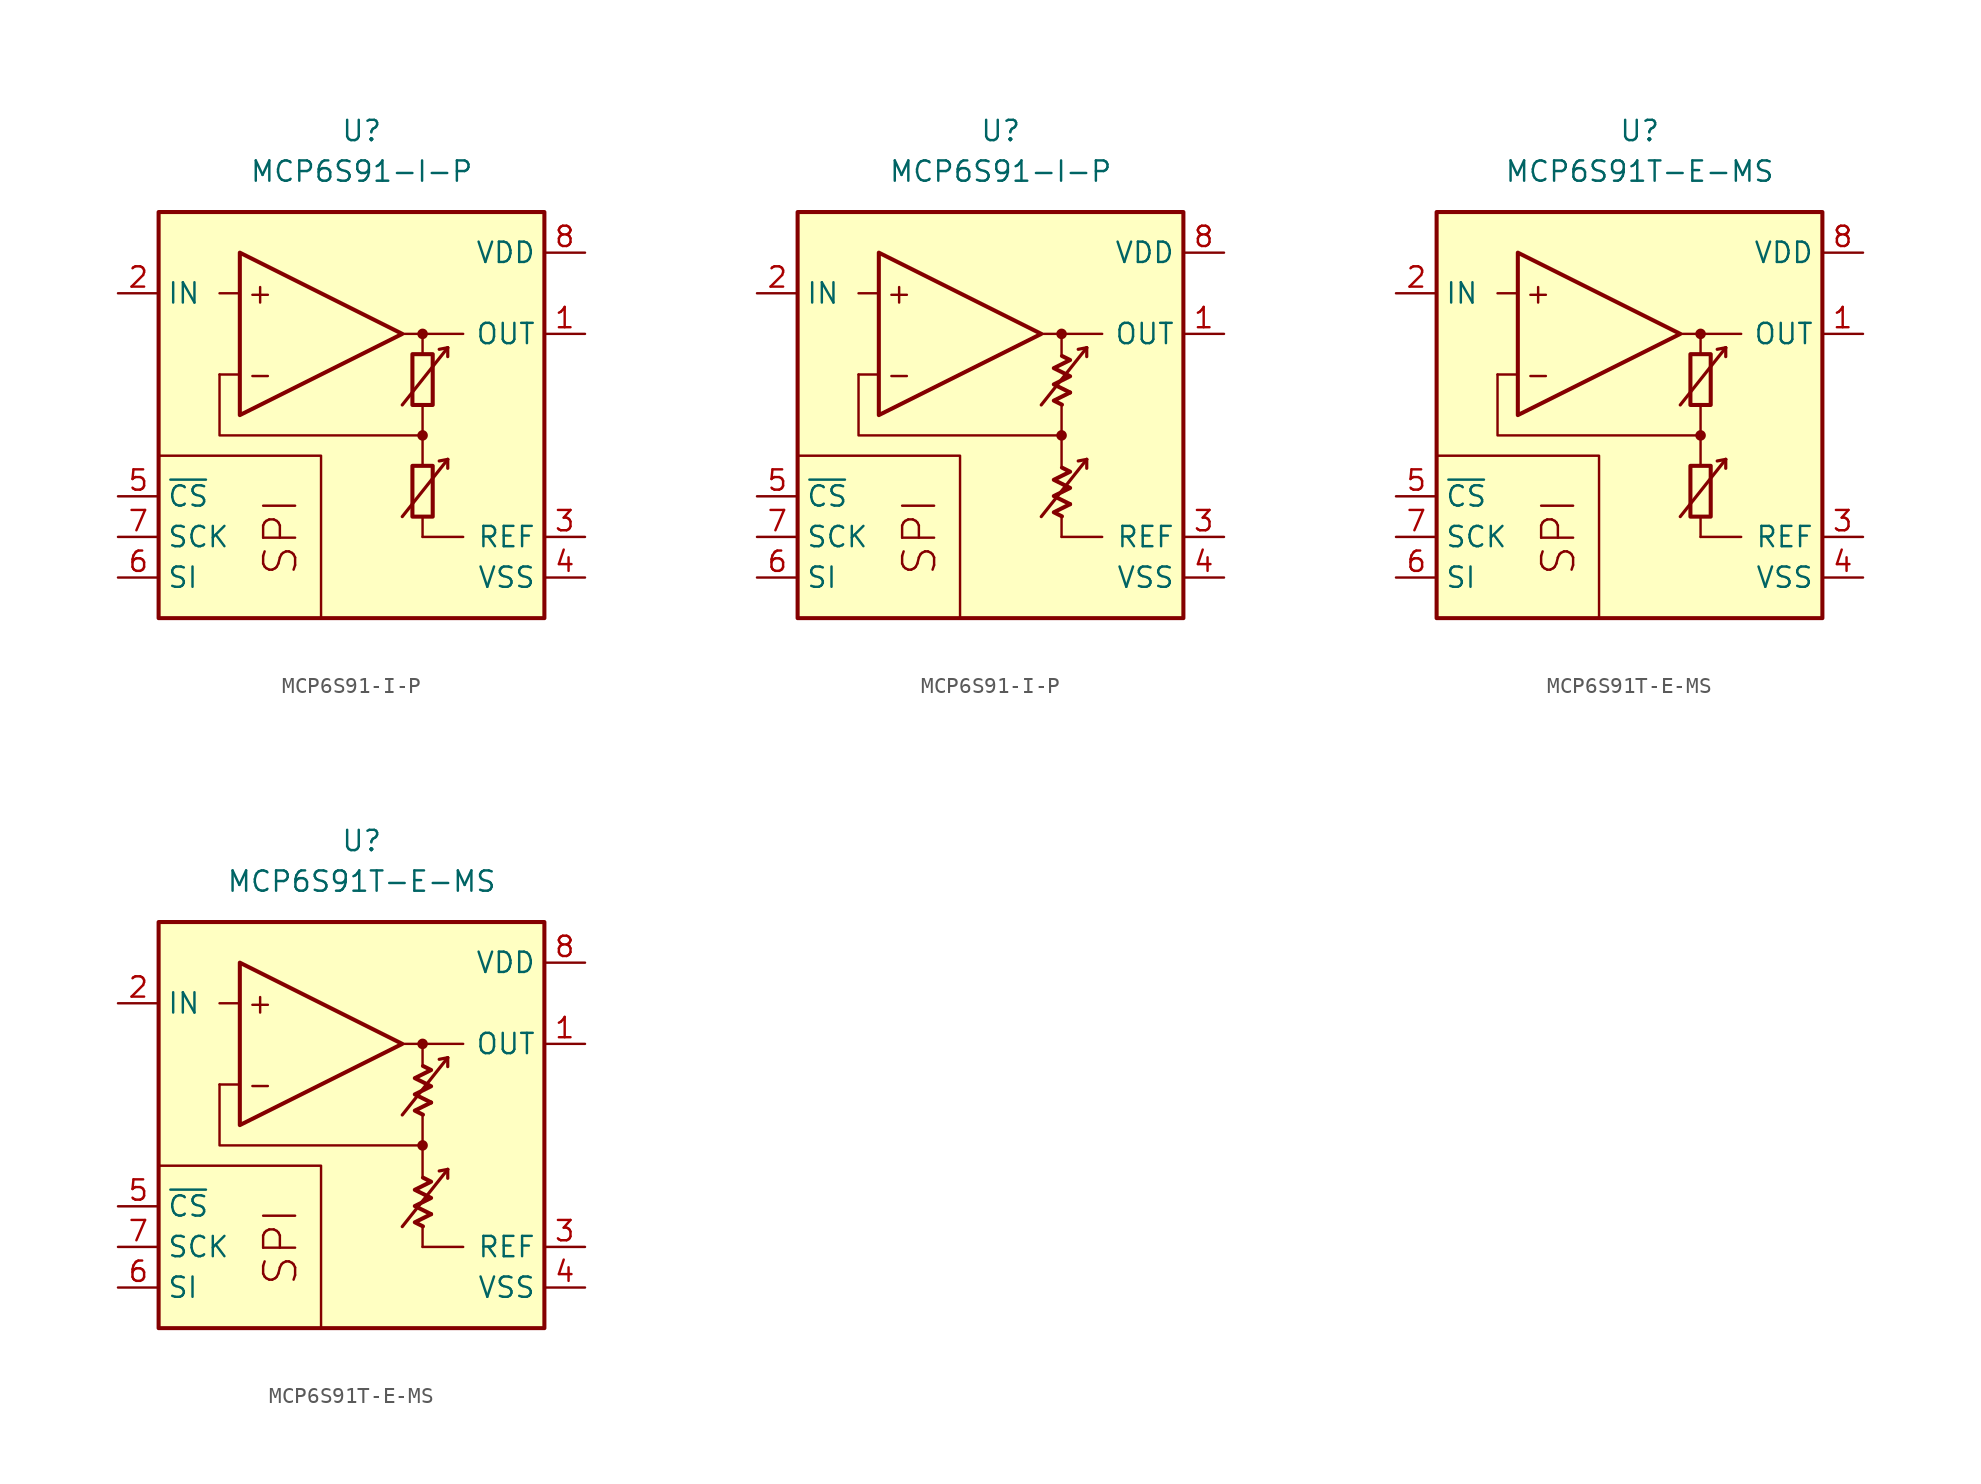
<source format=kicad_sym>
(kicad_symbol_lib
  (version 20231120)
  (generator "kicad_symbol_editor")
  (generator_version "8.0")
  (symbol "MCP6S91-I-P"
    (property "Reference" "U"
      (at 0 17.78 0)
      (effects (font (size 1.27 1.27))))
    (property "Value" "MCP6S91-I-P"
      (at 0 15.24 0)
      (effects (font (size 1.27 1.27))))
    (symbol "MCP6S91-I-P_0_0"
      (rectangle (start -12.7 12.7) (end 11.43 -12.7) (stroke (width 0.254) (type default)) (fill (type background)))
      (polyline (pts (xy 3.81 -3.81)) (stroke (width 0.152) (type default)) (fill (type none)))
      (polyline (pts (xy 3.81 -3.81)) (stroke (width 0.152) (type default)) (fill (type none)))
      (polyline (pts (xy 3.81 -3.175)) (stroke (width 0.152) (type default)) (fill (type none)))
      (polyline (pts (xy 3.81 3.175)) (stroke (width 0.152) (type default)) (fill (type none)))
      (polyline (pts (xy 3.81 3.81)) (stroke (width 0.152) (type default)) (fill (type none)))
      (polyline (pts (xy 3.81 3.81)) (stroke (width 0.152) (type default)) (fill (type none)))
      (polyline (pts (xy -7.62 2.54) (xy -8.89 2.54)) (stroke (width 0.152) (type default)) (fill (type none)))
      (polyline (pts (xy -7.62 7.62) (xy -8.89 7.62)) (stroke (width 0.152) (type default)) (fill (type none)))
      (polyline (pts (xy 2.54 5.08) (xy 6.35 5.08)) (stroke (width 0.152) (type default)) (fill (type none)))
      (polyline (pts (xy 3.81 -6.35) (xy 3.81 -7.62)) (stroke (width 0.152) (type default)) (fill (type none)))
      (polyline (pts (xy 3.81 -1.27) (xy 3.81 -3.175)) (stroke (width 0.152) (type default)) (fill (type none)))
      (polyline (pts (xy 3.81 0.635) (xy 3.81 -1.27)) (stroke (width 0.152) (type default)) (fill (type none)))
      (polyline (pts (xy 3.81 5.08) (xy 3.81 3.81)) (stroke (width 0.152) (type default)) (fill (type none)))
      (polyline (pts (xy -2.54 -12.7) (xy -2.54 -2.54) (xy -12.7 -2.54)) (stroke (width 0.152) (type default)) (fill (type none)))
      (polyline (pts (xy 3.81 -1.27) (xy -8.89 -1.27) (xy -8.89 2.54)) (stroke (width 0.152) (type default)) (fill (type none)))
      (circle (center 3.81 -1.27) (radius 0.254) (stroke (width 0.152) (type default)) (fill (type outline)))
      (circle (center 3.81 5.08) (radius 0.254) (stroke (width 0.152) (type default)) (fill (type outline)))
      (text "+" (at -6.35 7.62 0) (effects (font (size 1.27 1.27))))
      (text "-" (at -6.35 2.54 0) (effects (font (size 1.27 1.27))))
      (text "SPI" (at -5.08 -7.62 900) (effects (font (size 2 2)))))
    (symbol "MCP6S91-I-P_0_1"
      (rectangle (start 3.175 -3.175) (end 4.445 -6.35) (stroke (width 0.254) (type default)) (fill (type none)))
      (rectangle (start 3.175 3.81) (end 4.445 0.635) (stroke (width 0.254) (type default)) (fill (type none))))
    (symbol "MCP6S91-I-P_0_2"
      (polyline (pts (xy 4.343 -5.572) (xy 3.326 -6.08) (xy 3.834 -6.333)) (stroke (width 0.254) (type default)) (fill (type none)))
      (polyline (pts (xy 4.343 1.413) (xy 3.326 0.905) (xy 3.834 0.651)) (stroke (width 0.254) (type default)) (fill (type none)))
      (polyline (pts (xy 3.834 -3.285) (xy 4.343 -3.539) (xy 3.326 -4.048) (xy 4.343 -4.556) (xy 3.326 -5.064) (xy 4.343 -5.572)) (stroke (width 0.254) (type default)) (fill (type none)))
      (polyline (pts (xy 3.834 3.7) (xy 4.343 3.446) (xy 3.326 2.938) (xy 4.343 2.429) (xy 3.326 1.921) (xy 4.343 1.413)) (stroke (width 0.254) (type default)) (fill (type none))))
    (symbol "MCP6S91-I-P_1_0"
      (polyline (pts (xy 3.81 -7.62) (xy 6.35 -7.62)) (stroke (width 0) (type default)) (fill (type none)))
      (polyline (pts (xy 5.385 -2.769) (xy 4.851 -2.87)) (stroke (width 0.2) (type default)) (fill (type none)))
      (polyline (pts (xy 5.385 -2.769) (xy 5.385 -3.327)) (stroke (width 0.2) (type default)) (fill (type none)))
      (polyline (pts (xy 5.385 4.216) (xy 4.851 4.115)) (stroke (width 0.2) (type default)) (fill (type none)))
      (polyline (pts (xy 5.385 4.216) (xy 5.385 3.658)) (stroke (width 0.2) (type default)) (fill (type none)))
      (polyline (pts (xy -7.62 10.16) (xy -7.62 0) (xy 2.54 5.08) (xy -7.62 10.16)) (stroke (width 0.254) (type default)) (fill (type background)))
      (polyline (pts (xy 2.54 -6.35) (xy 5.385 -2.769) (xy 5.385 -2.769) (xy 5.385 -2.769)) (stroke (width 0.2) (type default)) (fill (type none)))
      (polyline (pts (xy 2.54 0.635) (xy 5.385 4.216) (xy 5.385 4.216) (xy 5.385 4.216)) (stroke (width 0.2) (type default)) (fill (type none))))
    (symbol "MCP6S91-I-P_1_1"
      (pin output line (at 13.97 5.08 180) (length 2.54) (name "OUT" (effects (font (size 1.27 1.27)))) (number "1" (effects (font (size 1.27 1.27)))))
      (pin input line (at -15.24 7.62 0) (length 2.54) (name "IN" (effects (font (size 1.27 1.27)))) (number "2" (effects (font (size 1.27 1.27)))))
      (pin passive line (at 13.97 -7.62 180) (length 2.54) (name "REF" (effects (font (size 1.27 1.27)))) (number "3" (effects (font (size 1.27 1.27)))))
      (pin power_in line (at 13.97 -10.16 180) (length 2.54) (name "VSS" (effects (font (size 1.27 1.27)))) (number "4" (effects (font (size 1.27 1.27)))))
      (pin input line (at -15.24 -5.08 0) (length 2.54) (name "~{CS}" (effects (font (size 1.27 1.27)))) (number "5" (effects (font (size 1.27 1.27)))))
      (pin input line (at -15.24 -10.16 0) (length 2.54) (name "SI" (effects (font (size 1.27 1.27)))) (number "6" (effects (font (size 1.27 1.27)))))
      (pin input line (at -15.24 -7.62 0) (length 2.54) (name "SCK" (effects (font (size 1.27 1.27)))) (number "7" (effects (font (size 1.27 1.27)))))
      (pin power_in line (at 13.97 10.16 180) (length 2.54) (name "VDD" (effects (font (size 1.27 1.27)))) (number "8" (effects (font (size 1.27 1.27))))))
    (symbol "MCP6S91-I-P_1_2"
      (pin output line (at 13.97 5.08 180) (length 2.54) (name "OUT" (effects (font (size 1.27 1.27)))) (number "1" (effects (font (size 1.27 1.27)))))
      (pin input line (at -15.24 7.62 0) (length 2.54) (name "IN" (effects (font (size 1.27 1.27)))) (number "2" (effects (font (size 1.27 1.27)))))
      (pin passive line (at 13.97 -7.62 180) (length 2.54) (name "REF" (effects (font (size 1.27 1.27)))) (number "3" (effects (font (size 1.27 1.27)))))
      (pin power_in line (at 13.97 -10.16 180) (length 2.54) (name "VSS" (effects (font (size 1.27 1.27)))) (number "4" (effects (font (size 1.27 1.27)))))
      (pin input line (at -15.24 -5.08 0) (length 2.54) (name "~{CS}" (effects (font (size 1.27 1.27)))) (number "5" (effects (font (size 1.27 1.27)))))
      (pin input line (at -15.24 -10.16 0) (length 2.54) (name "SI" (effects (font (size 1.27 1.27)))) (number "6" (effects (font (size 1.27 1.27)))))
      (pin input line (at -15.24 -7.62 0) (length 2.54) (name "SCK" (effects (font (size 1.27 1.27)))) (number "7" (effects (font (size 1.27 1.27)))))
      (pin power_in line (at 13.97 10.16 180) (length 2.54) (name "VDD" (effects (font (size 1.27 1.27)))) (number "8" (effects (font (size 1.27 1.27)))))))
  (symbol "MCP6S91T-E-MS"
    (property "Reference" "U"
      (at 0 17.78 0)
      (effects (font (size 1.27 1.27))))
    (property "Value" "MCP6S91T-E-MS"
      (at 0 15.24 0)
      (effects (font (size 1.27 1.27))))
    (symbol "MCP6S91T-E-MS_0_0"
      (rectangle (start -12.7 12.7) (end 11.43 -12.7) (stroke (width 0.254) (type default)) (fill (type background)))
      (polyline (pts (xy 3.81 -3.81)) (stroke (width 0.152) (type default)) (fill (type none)))
      (polyline (pts (xy 3.81 -3.81)) (stroke (width 0.152) (type default)) (fill (type none)))
      (polyline (pts (xy 3.81 -3.175)) (stroke (width 0.152) (type default)) (fill (type none)))
      (polyline (pts (xy 3.81 3.175)) (stroke (width 0.152) (type default)) (fill (type none)))
      (polyline (pts (xy 3.81 3.81)) (stroke (width 0.152) (type default)) (fill (type none)))
      (polyline (pts (xy 3.81 3.81)) (stroke (width 0.152) (type default)) (fill (type none)))
      (polyline (pts (xy -7.62 2.54) (xy -8.89 2.54)) (stroke (width 0.152) (type default)) (fill (type none)))
      (polyline (pts (xy -7.62 7.62) (xy -8.89 7.62)) (stroke (width 0.152) (type default)) (fill (type none)))
      (polyline (pts (xy 2.54 5.08) (xy 6.35 5.08)) (stroke (width 0.152) (type default)) (fill (type none)))
      (polyline (pts (xy 3.81 -6.35) (xy 3.81 -7.62)) (stroke (width 0.152) (type default)) (fill (type none)))
      (polyline (pts (xy 3.81 -1.27) (xy 3.81 -3.175)) (stroke (width 0.152) (type default)) (fill (type none)))
      (polyline (pts (xy 3.81 0.635) (xy 3.81 -1.27)) (stroke (width 0.152) (type default)) (fill (type none)))
      (polyline (pts (xy 3.81 5.08) (xy 3.81 3.81)) (stroke (width 0.152) (type default)) (fill (type none)))
      (polyline (pts (xy -2.54 -12.7) (xy -2.54 -2.54) (xy -12.7 -2.54)) (stroke (width 0.152) (type default)) (fill (type none)))
      (polyline (pts (xy 3.81 -1.27) (xy -8.89 -1.27) (xy -8.89 2.54)) (stroke (width 0.152) (type default)) (fill (type none)))
      (circle (center 3.81 -1.27) (radius 0.254) (stroke (width 0.152) (type default)) (fill (type outline)))
      (circle (center 3.81 5.08) (radius 0.254) (stroke (width 0.152) (type default)) (fill (type outline)))
      (text "+" (at -6.35 7.62 0) (effects (font (size 1.27 1.27))))
      (text "-" (at -6.35 2.54 0) (effects (font (size 1.27 1.27))))
      (text "SPI" (at -5.08 -7.62 900) (effects (font (size 2 2)))))
    (symbol "MCP6S91T-E-MS_0_1"
      (rectangle (start 3.175 -3.175) (end 4.445 -6.35) (stroke (width 0.254) (type default)) (fill (type none)))
      (rectangle (start 3.175 3.81) (end 4.445 0.635) (stroke (width 0.254) (type default)) (fill (type none))))
    (symbol "MCP6S91T-E-MS_0_2"
      (polyline (pts (xy 4.343 -5.572) (xy 3.326 -6.08) (xy 3.834 -6.333)) (stroke (width 0.254) (type default)) (fill (type none)))
      (polyline (pts (xy 4.343 1.413) (xy 3.326 0.905) (xy 3.834 0.651)) (stroke (width 0.254) (type default)) (fill (type none)))
      (polyline (pts (xy 3.834 -3.285) (xy 4.343 -3.539) (xy 3.326 -4.048) (xy 4.343 -4.556) (xy 3.326 -5.064) (xy 4.343 -5.572)) (stroke (width 0.254) (type default)) (fill (type none)))
      (polyline (pts (xy 3.834 3.7) (xy 4.343 3.446) (xy 3.326 2.938) (xy 4.343 2.429) (xy 3.326 1.921) (xy 4.343 1.413)) (stroke (width 0.254) (type default)) (fill (type none))))
    (symbol "MCP6S91T-E-MS_1_0"
      (polyline (pts (xy 3.81 -7.62) (xy 6.35 -7.62)) (stroke (width 0) (type default)) (fill (type none)))
      (polyline (pts (xy 5.385 -2.769) (xy 4.851 -2.87)) (stroke (width 0.2) (type default)) (fill (type none)))
      (polyline (pts (xy 5.385 -2.769) (xy 5.385 -3.327)) (stroke (width 0.2) (type default)) (fill (type none)))
      (polyline (pts (xy 5.385 4.216) (xy 4.851 4.115)) (stroke (width 0.2) (type default)) (fill (type none)))
      (polyline (pts (xy 5.385 4.216) (xy 5.385 3.658)) (stroke (width 0.2) (type default)) (fill (type none)))
      (polyline (pts (xy -7.62 10.16) (xy -7.62 0) (xy 2.54 5.08) (xy -7.62 10.16)) (stroke (width 0.254) (type default)) (fill (type background)))
      (polyline (pts (xy 2.54 -6.35) (xy 5.385 -2.769) (xy 5.385 -2.769) (xy 5.385 -2.769)) (stroke (width 0.2) (type default)) (fill (type none)))
      (polyline (pts (xy 2.54 0.635) (xy 5.385 4.216) (xy 5.385 4.216) (xy 5.385 4.216)) (stroke (width 0.2) (type default)) (fill (type none))))
    (symbol "MCP6S91T-E-MS_1_1"
      (pin output line (at 13.97 5.08 180) (length 2.54) (name "OUT" (effects (font (size 1.27 1.27)))) (number "1" (effects (font (size 1.27 1.27)))))
      (pin input line (at -15.24 7.62 0) (length 2.54) (name "IN" (effects (font (size 1.27 1.27)))) (number "2" (effects (font (size 1.27 1.27)))))
      (pin passive line (at 13.97 -7.62 180) (length 2.54) (name "REF" (effects (font (size 1.27 1.27)))) (number "3" (effects (font (size 1.27 1.27)))))
      (pin power_in line (at 13.97 -10.16 180) (length 2.54) (name "VSS" (effects (font (size 1.27 1.27)))) (number "4" (effects (font (size 1.27 1.27)))))
      (pin input line (at -15.24 -5.08 0) (length 2.54) (name "~{CS}" (effects (font (size 1.27 1.27)))) (number "5" (effects (font (size 1.27 1.27)))))
      (pin input line (at -15.24 -10.16 0) (length 2.54) (name "SI" (effects (font (size 1.27 1.27)))) (number "6" (effects (font (size 1.27 1.27)))))
      (pin input line (at -15.24 -7.62 0) (length 2.54) (name "SCK" (effects (font (size 1.27 1.27)))) (number "7" (effects (font (size 1.27 1.27)))))
      (pin power_in line (at 13.97 10.16 180) (length 2.54) (name "VDD" (effects (font (size 1.27 1.27)))) (number "8" (effects (font (size 1.27 1.27))))))
    (symbol "MCP6S91T-E-MS_1_2"
      (pin output line (at 13.97 5.08 180) (length 2.54) (name "OUT" (effects (font (size 1.27 1.27)))) (number "1" (effects (font (size 1.27 1.27)))))
      (pin input line (at -15.24 7.62 0) (length 2.54) (name "IN" (effects (font (size 1.27 1.27)))) (number "2" (effects (font (size 1.27 1.27)))))
      (pin passive line (at 13.97 -7.62 180) (length 2.54) (name "REF" (effects (font (size 1.27 1.27)))) (number "3" (effects (font (size 1.27 1.27)))))
      (pin power_in line (at 13.97 -10.16 180) (length 2.54) (name "VSS" (effects (font (size 1.27 1.27)))) (number "4" (effects (font (size 1.27 1.27)))))
      (pin input line (at -15.24 -5.08 0) (length 2.54) (name "~{CS}" (effects (font (size 1.27 1.27)))) (number "5" (effects (font (size 1.27 1.27)))))
      (pin input line (at -15.24 -10.16 0) (length 2.54) (name "SI" (effects (font (size 1.27 1.27)))) (number "6" (effects (font (size 1.27 1.27)))))
      (pin input line (at -15.24 -7.62 0) (length 2.54) (name "SCK" (effects (font (size 1.27 1.27)))) (number "7" (effects (font (size 1.27 1.27)))))
      (pin power_in line (at 13.97 10.16 180) (length 2.54) (name "VDD" (effects (font (size 1.27 1.27)))) (number "8" (effects (font (size 1.27 1.27))))))))
</source>
